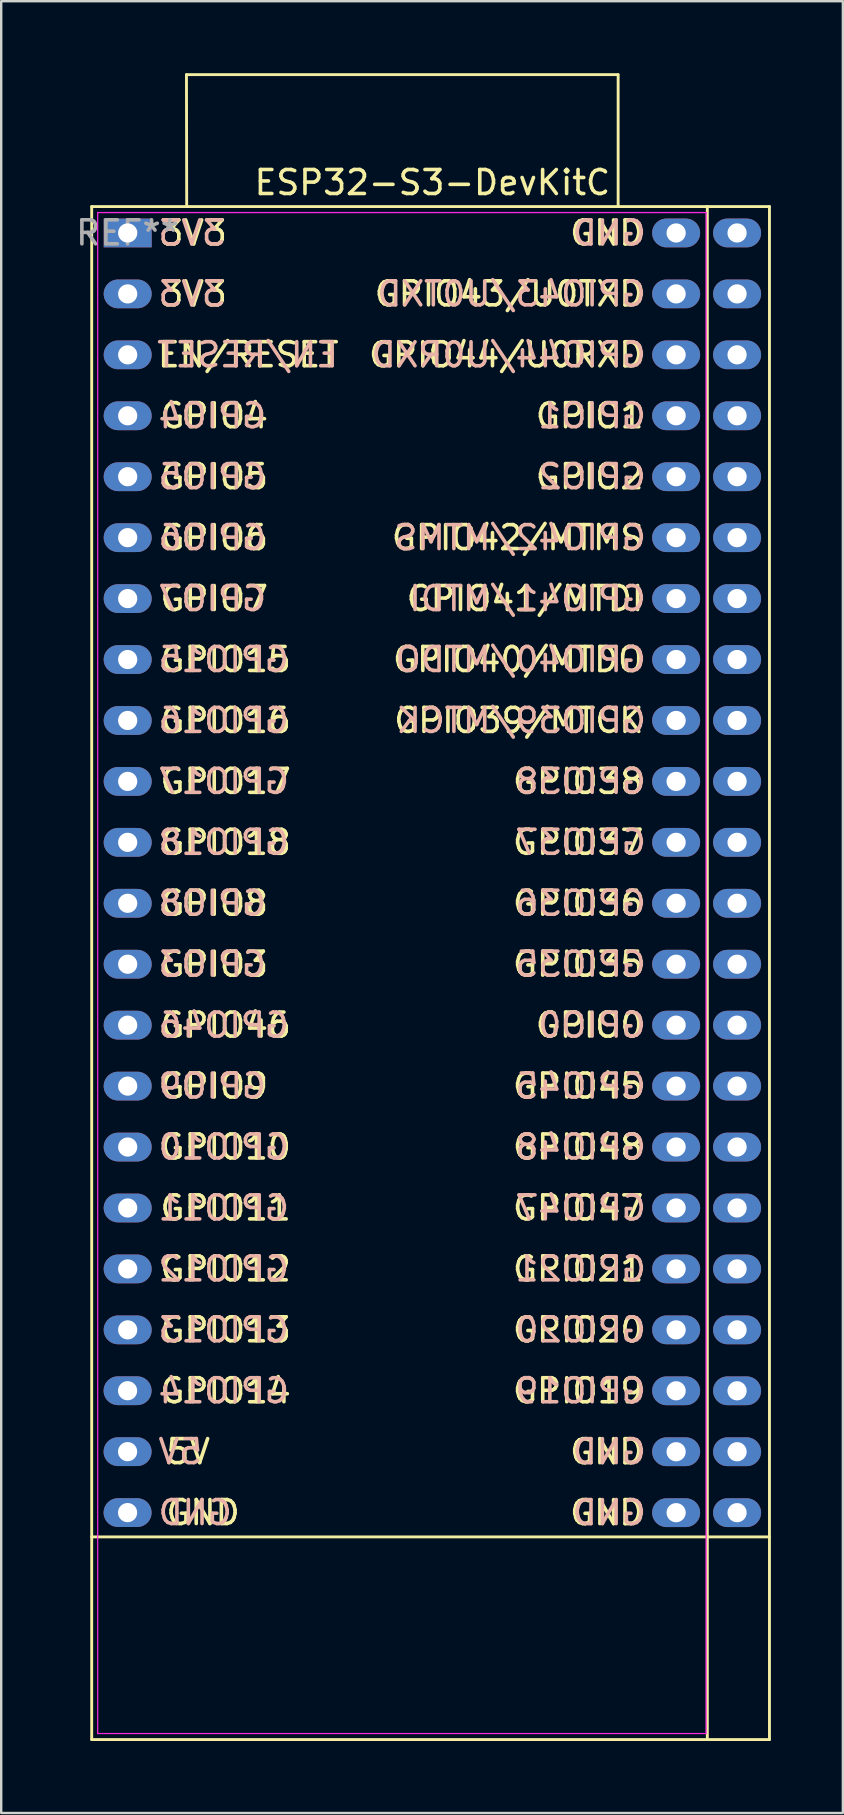
<source format=kicad_pcb>
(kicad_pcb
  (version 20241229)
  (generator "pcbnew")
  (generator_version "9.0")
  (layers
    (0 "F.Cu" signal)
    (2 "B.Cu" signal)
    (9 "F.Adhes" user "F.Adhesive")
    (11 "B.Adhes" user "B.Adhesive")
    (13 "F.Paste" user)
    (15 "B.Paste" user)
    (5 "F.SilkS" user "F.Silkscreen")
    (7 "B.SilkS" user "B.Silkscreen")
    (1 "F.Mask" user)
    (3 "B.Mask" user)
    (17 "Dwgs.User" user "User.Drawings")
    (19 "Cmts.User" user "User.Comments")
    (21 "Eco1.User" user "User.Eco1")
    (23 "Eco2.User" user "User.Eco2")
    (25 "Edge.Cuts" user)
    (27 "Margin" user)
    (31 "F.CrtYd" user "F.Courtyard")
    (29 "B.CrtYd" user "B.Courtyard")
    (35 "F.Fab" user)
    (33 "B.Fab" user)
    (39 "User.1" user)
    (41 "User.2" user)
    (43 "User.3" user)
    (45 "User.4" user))
  (footprint "ESP32-S3-DevKitC"
    (layer "F.Cu")
    (at 2.272 6.66)
    (property "Reference" "ESP32-S3-DevKitC" (at 12.7 -2.1 0) (layer "F.SilkS") (effects (font (size 1 1) (thickness 0.15))))
    (attr through_hole exclude_from_bom)
    (fp_line (start -1.5 54.35) (end 26.75 54.35) (stroke (width 0.12) (type default)) (layer "F.SilkS"))
    (fp_line (start -1.5 62.797) (end 24.16 62.797) (stroke (width 0.12) (type solid)) (layer "F.SilkS"))
    (fp_line (start -1.5 -1.1) (end -1.5 62.797) (stroke (width 0.12) (type solid)) (layer "F.SilkS"))
    (fp_line (start 2.45 -6.6) (end 20.433 -6.6) (stroke (width 0.12) (type solid)) (layer "F.SilkS"))
    (fp_line (start 2.46 -1.12) (end 2.45 -6.6) (stroke (width 0.12) (type solid)) (layer "F.SilkS"))
    (fp_line (start 20.443 -6.6) (end 20.443 -1.12) (stroke (width 0.12) (type solid)) (layer "F.SilkS"))
    (fp_line (start 24.16 -1.1) (end -1.5 -1.1) (stroke (width 0.12) (type solid)) (layer "F.SilkS"))
    (fp_line (start 24.16 62.797) (end 24.16 -1.1) (stroke (width 0.12) (type solid)) (layer "F.SilkS"))
    (fp_line (start 26.75 -1.1) (end 24.16 -1.1) (stroke (width 0.12) (type default)) (layer "F.SilkS"))
    (fp_line (start 26.75 62.797) (end 24.16 62.797) (stroke (width 0.12) (type default)) (layer "F.SilkS"))
    (fp_line (start 26.75 62.797) (end 26.75 -1.1) (stroke (width 0.12) (type solid)) (layer "F.SilkS"))
    (fp_line (start -1.25 -0.85) (end 24.11 -0.85) (stroke (width 0.05) (type solid)) (layer "F.CrtYd"))
    (fp_line (start -1.25 62.547) (end -1.25 -0.85) (stroke (width 0.05) (type solid)) (layer "F.CrtYd"))
    (fp_line (start 24.11 -0.85) (end 24.11 62.547) (stroke (width 0.05) (type solid)) (layer "F.CrtYd"))
    (fp_line (start 24.11 62.547) (end -1.25 62.547) (stroke (width 0.05) (type solid)) (layer "F.CrtYd"))
    (fp_text user "GPIO14" (at 1.27 48.26 0) (unlocked yes) (layer "F.SilkS") (effects (font (size 1 1) (thickness 0.15)) (justify left)))
    (fp_text user "GPIO11" (at 1.27 40.64 0) (unlocked yes) (layer "F.SilkS") (effects (font (size 1 1) (thickness 0.15)) (justify left)))
    (fp_text user "GPIO48" (at 21.59 38.1 0) (unlocked yes) (layer "F.SilkS") (effects (font (size 1 1) (thickness 0.15)) (justify right)))
    (fp_text user "GPIO44/U0RXD" (at 21.59 5.08 0) (unlocked yes) (layer "F.SilkS") (effects (font (size 1 1) (thickness 0.15)) (justify right)))
    (fp_text user "GPIO5" (at 1.27 10.16 0) (unlocked yes) (layer "F.SilkS") (effects (font (size 1 1) (thickness 0.15)) (justify left)))
    (fp_text user "GPIO12" (at 1.27 43.18 0) (unlocked yes) (layer "F.SilkS") (effects (font (size 1 1) (thickness 0.15)) (justify left)))
    (fp_text user "GPIO39/MTCK" (at 21.59 20.32 0) (unlocked yes) (layer "F.SilkS") (effects (font (size 1 1) (thickness 0.15)) (justify right)))
    (fp_text user "GPIO18" (at 1.27 25.4 0) (unlocked yes) (layer "F.SilkS") (effects (font (size 1 1) (thickness 0.15)) (justify left)))
    (fp_text user "GPIO37" (at 21.59 25.4 0) (unlocked yes) (layer "F.SilkS") (effects (font (size 1 1) (thickness 0.15)) (justify right)))
    (fp_text user "GPIO9" (at 1.27 35.56 0) (unlocked yes) (layer "F.SilkS") (effects (font (size 1 1) (thickness 0.15)) (justify left)))
    (fp_text user "GPIO17" (at 1.27 22.86 0) (unlocked yes) (layer "F.SilkS") (effects (font (size 1 1) (thickness 0.15)) (justify left)))
    (fp_text user "3V3" (at 1.27 2.54 0) (unlocked yes) (layer "F.SilkS") (effects (font (size 1 1) (thickness 0.15)) (justify left)))
    (fp_text user "GPIO4" (at 1.27 7.62 0) (unlocked yes) (layer "F.SilkS") (effects (font (size 1 1) (thickness 0.15)) (justify left)))
    (fp_text user "GPIO19" (at 21.59 48.26 0) (unlocked yes) (layer "F.SilkS") (effects (font (size 1 1) (thickness 0.15)) (justify right)))
    (fp_text user "GPIO8" (at 1.27 27.94 0) (unlocked yes) (layer "F.SilkS") (effects (font (size 1 1) (thickness 0.15)) (justify left)))
    (fp_text user "GND" (at 21.59 53.34 0) (unlocked yes) (layer "F.SilkS") (effects (font (size 1 1) (thickness 0.15)) (justify right)))
    (fp_text user "GPIO0" (at 21.59 33.02 0) (unlocked yes) (layer "F.SilkS") (effects (font (size 1 1) (thickness 0.15)) (justify right)))
    (fp_text user "3V3" (at 1.27 0 0) (unlocked yes) (layer "F.SilkS") (effects (font (size 1 1) (thickness 0.15)) (justify left)))
    (fp_text user "GND" (at 1.52 53.337 0) (unlocked yes) (layer "F.SilkS") (effects (font (size 1 1) (thickness 0.15)) (justify left)))
    (fp_text user "GPIO1" (at 21.59 7.62 0) (unlocked yes) (layer "F.SilkS") (effects (font (size 1 1) (thickness 0.15)) (justify right)))
    (fp_text user "GPIO10" (at 1.27 38.1 0) (unlocked yes) (layer "F.SilkS") (effects (font (size 1 1) (thickness 0.15)) (justify left)))
    (fp_text user "GPIO20" (at 21.59 45.72 0) (unlocked yes) (layer "F.SilkS") (effects (font (size 1 1) (thickness 0.15)) (justify right)))
    (fp_text user "GPIO21" (at 21.59 43.18 0) (unlocked yes) (layer "F.SilkS") (effects (font (size 1 1) (thickness 0.15)) (justify right)))
    (fp_text user "GPIO2" (at 21.59 10.16 0) (unlocked yes) (layer "F.SilkS") (effects (font (size 1 1) (thickness 0.15)) (justify right)))
    (fp_text user "GPIO38" (at 21.59 22.86 0) (unlocked yes) (layer "F.SilkS") (effects (font (size 1 1) (thickness 0.15)) (justify right)))
    (fp_text user "EN/RESET" (at 8.886 5.077 0) (unlocked yes) (layer "F.SilkS") (effects (font (size 1 1) (thickness 0.15)) (justify right)))
    (fp_text user "GPIO46" (at 1.27 33.02 0) (unlocked yes) (layer "F.SilkS") (effects (font (size 1 1) (thickness 0.15)) (justify left)))
    (fp_text user "GND" (at 21.59 50.8 0) (unlocked yes) (layer "F.SilkS") (effects (font (size 1 1) (thickness 0.15)) (justify right)))
    (fp_text user "GPIO3" (at 1.27 30.48 0) (unlocked yes) (layer "F.SilkS") (effects (font (size 1 1) (thickness 0.15)) (justify left)))
    (fp_text user "GPIO43/U0TXD" (at 21.59 2.54 0) (unlocked yes) (layer "F.SilkS") (effects (font (size 1 1) (thickness 0.15)) (justify right)))
    (fp_text user "GPIO42/MTMS" (at 21.59 12.7 0) (unlocked yes) (layer "F.SilkS") (effects (font (size 1 1) (thickness 0.15)) (justify right)))
    (fp_text user "GND" (at 21.59 0 0) (unlocked yes) (layer "F.SilkS") (effects (font (size 1 1) (thickness 0.15)) (justify right)))
    (fp_text user "GPIO16" (at 1.27 20.32 0) (unlocked yes) (layer "F.SilkS") (effects (font (size 1 1) (thickness 0.15)) (justify left)))
    (fp_text user "GPIO35" (at 21.59 30.48 0) (unlocked yes) (layer "F.SilkS") (effects (font (size 1 1) (thickness 0.15)) (justify right)))
    (fp_text user "GPIO47" (at 21.59 40.64 0) (unlocked yes) (layer "F.SilkS") (effects (font (size 1 1) (thickness 0.15)) (justify right)))
    (fp_text user "5V" (at 1.52 50.797 0) (unlocked yes) (layer "F.SilkS") (effects (font (size 1 1) (thickness 0.15)) (justify left)))
    (fp_text user "GPIO45" (at 21.59 35.56 0) (unlocked yes) (layer "F.SilkS") (effects (font (size 1 1) (thickness 0.15)) (justify right)))
    (fp_text user "GPIO36" (at 21.59 27.94 0) (unlocked yes) (layer "F.SilkS") (effects (font (size 1 1) (thickness 0.15)) (justify right)))
    (fp_text user "GPIO15" (at 1.27 17.78 0) (unlocked yes) (layer "F.SilkS") (effects (font (size 1 1) (thickness 0.15)) (justify left)))
    (fp_text user "GPIO40/MTDO" (at 21.59 17.78 0) (unlocked yes) (layer "F.SilkS") (effects (font (size 1 1) (thickness 0.15)) (justify right)))
    (fp_text user "GPIO7" (at 1.27 15.24 0) (unlocked yes) (layer "F.SilkS") (effects (font (size 1 1) (thickness 0.15)) (justify left)))
    (fp_text user "GPIO6" (at 1.27 12.7 0) (unlocked yes) (layer "F.SilkS") (effects (font (size 1 1) (thickness 0.15)) (justify left)))
    (fp_text user "GPIO41/MTDI" (at 21.59 15.24 0) (unlocked yes) (layer "F.SilkS") (effects (font (size 1 1) (thickness 0.15)) (justify right)))
    (fp_text user "GPIO13" (at 1.27 45.72 0) (unlocked yes) (layer "F.SilkS") (effects (font (size 1 1) (thickness 0.15)) (justify left)))
    (fp_text user "GPIO8" (at 5.864 27.94 0) (unlocked yes) (layer "B.SilkS") (effects (font (size 1 1) (thickness 0.15)) (justify left mirror)))
    (fp_text user "GPIO38" (at 16.069 22.86 0) (unlocked yes) (layer "B.SilkS") (effects (font (size 1 1) (thickness 0.15)) (justify right mirror)))
    (fp_text user "GND" (at 18.45 0 0) (unlocked yes) (layer "B.SilkS") (effects (font (size 1 1) (thickness 0.15)) (justify right mirror)))
    (fp_text user "GPIO9" (at 5.864 35.56 0) (unlocked yes) (layer "B.SilkS") (effects (font (size 1 1) (thickness 0.15)) (justify left mirror)))
    (fp_text user "5V" (at 3.198 50.797 0) (unlocked yes) (layer "B.SilkS") (effects (font (size 1 1) (thickness 0.15)) (justify left mirror)))
    (fp_text user "3V3" (at 4.15 2.54 0) (unlocked yes) (layer "B.SilkS") (effects (font (size 1 1) (thickness 0.15)) (justify left mirror)))
    (fp_text user "GND" (at 4.436 53.337 0) (unlocked yes) (layer "B.SilkS") (effects (font (size 1 1) (thickness 0.15)) (justify left mirror)))
    (fp_text user "GPIO1" (at 17.021 7.62 0) (unlocked yes) (layer "B.SilkS") (effects (font (size 1 1) (thickness 0.15)) (justify right mirror)))
    (fp_text user "GPIO16" (at 6.817 20.32 0) (unlocked yes) (layer "B.SilkS") (effects (font (size 1 1) (thickness 0.15)) (justify left mirror)))
    (fp_text user "GPIO15" (at 6.817 17.78 0) (unlocked yes) (layer "B.SilkS") (effects (font (size 1 1) (thickness 0.15)) (justify left mirror)))
    (fp_text user "GND" (at 18.45 50.8 0) (unlocked yes) (layer "B.SilkS") (effects (font (size 1 1) (thickness 0.15)) (justify right mirror)))
    (fp_text user "GPIO3" (at 5.864 30.48 0) (unlocked yes) (layer "B.SilkS") (effects (font (size 1 1) (thickness 0.15)) (justify left mirror)))
    (fp_text user "GPIO18" (at 6.817 25.4 0) (unlocked yes) (layer "B.SilkS") (effects (font (size 1 1) (thickness 0.15)) (justify left mirror)))
    (fp_text user "GPIO7" (at 5.864 15.24 0) (unlocked yes) (layer "B.SilkS") (effects (font (size 1 1) (thickness 0.15)) (justify left mirror)))
    (fp_text user "GPIO37" (at 16.069 25.4 0) (unlocked yes) (layer "B.SilkS") (effects (font (size 1 1) (thickness 0.15)) (justify right mirror)))
    (fp_text user "GPIO40/MTDO" (at 11.069 17.78 0) (unlocked yes) (layer "B.SilkS") (effects (font (size 1 1) (thickness 0.15)) (justify right mirror)))
    (fp_text user "GPIO41/MTDI" (at 11.64 15.24 0) (unlocked yes) (layer "B.SilkS") (effects (font (size 1 1) (thickness 0.15)) (justify right mirror)))
    (fp_text user "GPIO47" (at 16.069 40.64 0) (unlocked yes) (layer "B.SilkS") (effects (font (size 1 1) (thickness 0.15)) (justify right mirror)))
    (fp_text user "GPIO36" (at 16.069 27.94 0) (unlocked yes) (layer "B.SilkS") (effects (font (size 1 1) (thickness 0.15)) (justify right mirror)))
    (fp_text user "GPIO42/MTMS" (at 11.021 12.7 0) (unlocked yes) (layer "B.SilkS") (effects (font (size 1 1) (thickness 0.15)) (justify right mirror)))
    (fp_text user "GPIO39/MTCK" (at 11.117 20.32 0) (unlocked yes) (layer "B.SilkS") (effects (font (size 1 1) (thickness 0.15)) (justify right mirror)))
    (fp_text user "GPIO48" (at 16.069 38.1 0) (unlocked yes) (layer "B.SilkS") (effects (font (size 1 1) (thickness 0.15)) (justify right mirror)))
    (fp_text user "GPIO11" (at 6.817 40.64 0) (unlocked yes) (layer "B.SilkS") (effects (font (size 1 1) (thickness 0.15)) (justify left mirror)))
    (fp_text user "GPIO0" (at 17.021 33.02 0) (unlocked yes) (layer "B.SilkS") (effects (font (size 1 1) (thickness 0.15)) (justify right mirror)))
    (fp_text user "3V3" (at 4.15 0 0) (unlocked yes) (layer "B.SilkS") (effects (font (size 1 1) (thickness 0.15)) (justify left mirror)))
    (fp_text user "GPIO20" (at 16.069 45.72 0) (unlocked yes) (layer "B.SilkS") (effects (font (size 1 1) (thickness 0.15)) (justify right mirror)))
    (fp_text user "GPIO44/U0RXD" (at 10.069 5.08 0) (unlocked yes) (layer "B.SilkS") (effects (font (size 1 1) (thickness 0.15)) (justify right mirror)))
    (fp_text user "GPIO6" (at 5.864 12.7 0) (unlocked yes) (layer "B.SilkS") (effects (font (size 1 1) (thickness 0.15)) (justify left mirror)))
    (fp_text user "GPIO10" (at 6.817 38.1 0) (unlocked yes) (layer "B.SilkS") (effects (font (size 1 1) (thickness 0.15)) (justify left mirror)))
    (fp_text user "GPIO12" (at 6.817 43.18 0) (unlocked yes) (layer "B.SilkS") (effects (font (size 1 1) (thickness 0.15)) (justify left mirror)))
    (fp_text user "GPIO5" (at 5.864 10.16 0) (unlocked yes) (layer "B.SilkS") (effects (font (size 1 1) (thickness 0.15)) (justify left mirror)))
    (fp_text user "GPIO43/U0TXD" (at 10.307 2.54 0) (unlocked yes) (layer "B.SilkS") (effects (font (size 1 1) (thickness 0.15)) (justify right mirror)))
    (fp_text user "GPIO19" (at 16.069 48.26 0) (unlocked yes) (layer "B.SilkS") (effects (font (size 1 1) (thickness 0.15)) (justify right mirror)))
    (fp_text user "EN/RESET" (at 1.138 5.077 0) (unlocked yes) (layer "B.SilkS") (effects (font (size 1 1) (thickness 0.15)) (justify right mirror)))
    (fp_text user "GPIO17" (at 6.817 22.86 0) (unlocked yes) (layer "B.SilkS") (effects (font (size 1 1) (thickness 0.15)) (justify left mirror)))
    (fp_text user "GPIO46" (at 6.817 33.02 0) (unlocked yes) (layer "B.SilkS") (effects (font (size 1 1) (thickness 0.15)) (justify left mirror)))
    (fp_text user "GPIO45" (at 16.069 35.56 0) (unlocked yes) (layer "B.SilkS") (effects (font (size 1 1) (thickness 0.15)) (justify right mirror)))
    (fp_text user "GPIO4" (at 5.864 7.62 0) (unlocked yes) (layer "B.SilkS") (effects (font (size 1 1) (thickness 0.15)) (justify left mirror)))
    (fp_text user "GPIO35" (at 16.069 30.48 0) (unlocked yes) (layer "B.SilkS") (effects (font (size 1 1) (thickness 0.15)) (justify right mirror)))
    (fp_text user "GPIO21" (at 16.069 43.18 0) (unlocked yes) (layer "B.SilkS") (effects (font (size 1 1) (thickness 0.15)) (justify right mirror)))
    (fp_text user "GND" (at 18.45 53.34 0) (unlocked yes) (layer "B.SilkS") (effects (font (size 1 1) (thickness 0.15)) (justify right mirror)))
    (fp_text user "GPIO14" (at 6.817 48.26 0) (unlocked yes) (layer "B.SilkS") (effects (font (size 1 1) (thickness 0.15)) (justify left mirror)))
    (fp_text user "GPIO2" (at 17.021 10.16 0) (unlocked yes) (layer "B.SilkS") (effects (font (size 1 1) (thickness 0.15)) (justify right mirror)))
    (fp_text user "GPIO13" (at 6.817 45.72 0) (unlocked yes) (layer "B.SilkS") (effects (font (size 1 1) (thickness 0.15)) (justify left mirror)))
    (fp_text user "REF**" (at -0.004 -0.003 0) (layer "F.Fab") (effects (font (size 1 1) (thickness 0.15))))
    (pad "1" thru_hole rect (at 0 0 270) (size 1.2 2) (drill 0.8) (layers "*.Cu" "*.Mask"))
    (pad "2" thru_hole oval (at 0 2.54 270) (size 1.2 2) (drill 0.8) (layers "*.Cu" "*.Mask"))
    (pad "3" thru_hole oval (at 0 5.08 270) (size 1.2 2) (drill 0.8) (layers "*.Cu" "*.Mask"))
    (pad "4" thru_hole oval (at 0 7.62 270) (size 1.2 2) (drill 0.8) (layers "*.Cu" "*.Mask"))
    (pad "5" thru_hole oval (at 0 10.16 270) (size 1.2 2) (drill 0.8) (layers "*.Cu" "*.Mask"))
    (pad "6" thru_hole oval (at 0 12.7 270) (size 1.2 2) (drill 0.8) (layers "*.Cu" "*.Mask"))
    (pad "7" thru_hole oval (at 0 15.24 270) (size 1.2 2) (drill 0.8) (layers "*.Cu" "*.Mask"))
    (pad "8" thru_hole oval (at 0 17.78 270) (size 1.2 2) (drill 0.8) (layers "*.Cu" "*.Mask"))
    (pad "9" thru_hole oval (at 0 20.32 270) (size 1.2 2) (drill 0.8) (layers "*.Cu" "*.Mask"))
    (pad "10" thru_hole oval (at 0 22.86 270) (size 1.2 2) (drill 0.8) (layers "*.Cu" "*.Mask"))
    (pad "11" thru_hole oval (at 0 25.4 270) (size 1.2 2) (drill 0.8) (layers "*.Cu" "*.Mask"))
    (pad "12" thru_hole oval (at 0 27.94 270) (size 1.2 2) (drill 0.8) (layers "*.Cu" "*.Mask"))
    (pad "13" thru_hole oval (at 0 30.48 270) (size 1.2 2) (drill 0.8) (layers "*.Cu" "*.Mask"))
    (pad "14" thru_hole oval (at 0 33.02 270) (size 1.2 2) (drill 0.8) (layers "*.Cu" "*.Mask"))
    (pad "15" thru_hole oval (at 0 35.56 270) (size 1.2 2) (drill 0.8) (layers "*.Cu" "*.Mask"))
    (pad "16" thru_hole oval (at 0 38.1 270) (size 1.2 2) (drill 0.8) (layers "*.Cu" "*.Mask"))
    (pad "17" thru_hole oval (at 0 40.64 270) (size 1.2 2) (drill 0.8) (layers "*.Cu" "*.Mask"))
    (pad "18" thru_hole oval (at 0 43.18 270) (size 1.2 2) (drill 0.8) (layers "*.Cu" "*.Mask"))
    (pad "19" thru_hole oval (at 0 45.72 270) (size 1.2 2) (drill 0.8) (layers "*.Cu" "*.Mask"))
    (pad "20" thru_hole oval (at -0.004 48.257 270) (size 1.2 2) (drill 0.8) (layers "*.Cu" "*.Mask"))
    (pad "21" thru_hole oval (at -0.004 50.797 270) (size 1.2 2) (drill 0.8) (layers "*.Cu" "*.Mask"))
    (pad "22" thru_hole oval (at -0.004 53.337 270) (size 1.2 2) (drill 0.8) (layers "*.Cu" "*.Mask"))
    (pad "23" thru_hole oval (at 22.86 53.34 270) (size 1.2 2) (drill 0.8) (layers "*.Cu" "*.Mask"))
    (pad "23" thru_hole oval (at 25.4 53.34 270) (size 1.2 2) (drill 0.8) (layers "*.Cu" "*.Mask"))
    (pad "24" thru_hole oval (at 22.86 50.8 270) (size 1.2 2) (drill 0.8) (layers "*.Cu" "*.Mask"))
    (pad "24" thru_hole oval (at 25.4 50.8 270) (size 1.2 2) (drill 0.8) (layers "*.Cu" "*.Mask"))
    (pad "25" thru_hole oval (at 22.86 48.26 270) (size 1.2 2) (drill 0.8) (layers "*.Cu" "*.Mask"))
    (pad "25" thru_hole oval (at 25.4 48.26 270) (size 1.2 2) (drill 0.8) (layers "*.Cu" "*.Mask"))
    (pad "26" thru_hole oval (at 22.86 45.72 270) (size 1.2 2) (drill 0.8) (layers "*.Cu" "*.Mask"))
    (pad "26" thru_hole oval (at 25.4 45.72 270) (size 1.2 2) (drill 0.8) (layers "*.Cu" "*.Mask"))
    (pad "27" thru_hole oval (at 22.86 43.18 270) (size 1.2 2) (drill 0.8) (layers "*.Cu" "*.Mask"))
    (pad "27" thru_hole oval (at 25.4 43.18 270) (size 1.2 2) (drill 0.8) (layers "*.Cu" "*.Mask"))
    (pad "28" thru_hole oval (at 22.86 40.64 270) (size 1.2 2) (drill 0.8) (layers "*.Cu" "*.Mask"))
    (pad "28" thru_hole oval (at 25.4 40.64 270) (size 1.2 2) (drill 0.8) (layers "*.Cu" "*.Mask"))
    (pad "29" thru_hole oval (at 22.86 38.1 270) (size 1.2 2) (drill 0.8) (layers "*.Cu" "*.Mask"))
    (pad "29" thru_hole oval (at 25.4 38.1 270) (size 1.2 2) (drill 0.8) (layers "*.Cu" "*.Mask"))
    (pad "30" thru_hole oval (at 22.86 35.56 270) (size 1.2 2) (drill 0.8) (layers "*.Cu" "*.Mask"))
    (pad "30" thru_hole oval (at 25.4 35.56 270) (size 1.2 2) (drill 0.8) (layers "*.Cu" "*.Mask"))
    (pad "31" thru_hole oval (at 22.86 33.02 270) (size 1.2 2) (drill 0.8) (layers "*.Cu" "*.Mask"))
    (pad "31" thru_hole oval (at 25.4 33.02 270) (size 1.2 2) (drill 0.8) (layers "*.Cu" "*.Mask"))
    (pad "32" thru_hole oval (at 22.86 30.48 270) (size 1.2 2) (drill 0.8) (layers "*.Cu" "*.Mask"))
    (pad "32" thru_hole oval (at 25.4 30.48 270) (size 1.2 2) (drill 0.8) (layers "*.Cu" "*.Mask"))
    (pad "33" thru_hole oval (at 22.86 27.94 270) (size 1.2 2) (drill 0.8) (layers "*.Cu" "*.Mask"))
    (pad "33" thru_hole oval (at 25.4 27.94 270) (size 1.2 2) (drill 0.8) (layers "*.Cu" "*.Mask"))
    (pad "34" thru_hole oval (at 22.86 25.4 270) (size 1.2 2) (drill 0.8) (layers "*.Cu" "*.Mask"))
    (pad "34" thru_hole oval (at 25.4 25.4 270) (size 1.2 2) (drill 0.8) (layers "*.Cu" "*.Mask"))
    (pad "35" thru_hole oval (at 22.86 22.86 270) (size 1.2 2) (drill 0.8) (layers "*.Cu" "*.Mask"))
    (pad "35" thru_hole oval (at 25.4 22.86 270) (size 1.2 2) (drill 0.8) (layers "*.Cu" "*.Mask"))
    (pad "36" thru_hole oval (at 22.86 20.32 270) (size 1.2 2) (drill 0.8) (layers "*.Cu" "*.Mask"))
    (pad "36" thru_hole oval (at 25.4 20.32 270) (size 1.2 2) (drill 0.8) (layers "*.Cu" "*.Mask"))
    (pad "37" thru_hole oval (at 22.86 17.78 270) (size 1.2 2) (drill 0.8) (layers "*.Cu" "*.Mask"))
    (pad "37" thru_hole oval (at 25.4 17.78 270) (size 1.2 2) (drill 0.8) (layers "*.Cu" "*.Mask"))
    (pad "38" thru_hole oval (at 22.86 15.24 270) (size 1.2 2) (drill 0.8) (layers "*.Cu" "*.Mask"))
    (pad "38" thru_hole oval (at 25.4 15.24 270) (size 1.2 2) (drill 0.8) (layers "*.Cu" "*.Mask"))
    (pad "39" thru_hole oval (at 22.86 12.7 270) (size 1.2 2) (drill 0.8) (layers "*.Cu" "*.Mask"))
    (pad "39" thru_hole oval (at 25.4 12.7 270) (size 1.2 2) (drill 0.8) (layers "*.Cu" "*.Mask"))
    (pad "40" thru_hole oval (at 22.86 10.16 270) (size 1.2 2) (drill 0.8) (layers "*.Cu" "*.Mask"))
    (pad "40" thru_hole oval (at 25.4 10.16 270) (size 1.2 2) (drill 0.8) (layers "*.Cu" "*.Mask"))
    (pad "41" thru_hole oval (at 22.86 7.62 270) (size 1.2 2) (drill 0.8) (layers "*.Cu" "*.Mask"))
    (pad "41" thru_hole oval (at 25.4 7.62 270) (size 1.2 2) (drill 0.8) (layers "*.Cu" "*.Mask"))
    (pad "42" thru_hole oval (at 22.86 5.08 270) (size 1.2 2) (drill 0.8) (layers "*.Cu" "*.Mask"))
    (pad "42" thru_hole oval (at 25.4 5.08 270) (size 1.2 2) (drill 0.8) (layers "*.Cu" "*.Mask"))
    (pad "43" thru_hole oval (at 22.86 2.54 270) (size 1.2 2) (drill 0.8) (layers "*.Cu" "*.Mask"))
    (pad "43" thru_hole oval (at 25.4 2.54 270) (size 1.2 2) (drill 0.8) (layers "*.Cu" "*.Mask"))
    (pad "44" thru_hole oval (at 22.86 0 270) (size 1.2 2) (drill 0.8) (layers "*.Cu" "*.Mask"))
    (pad "44" thru_hole oval (at 25.4 0 270) (size 1.2 2) (drill 0.8) (layers "*.Cu" "*.Mask")))
  (gr_rect
    (start -3 -3)
    (end 32.082 72.517)
    (stroke (width 0.1) (type default))
    (fill no)
    (layer "Edge.Cuts")))
</source>
